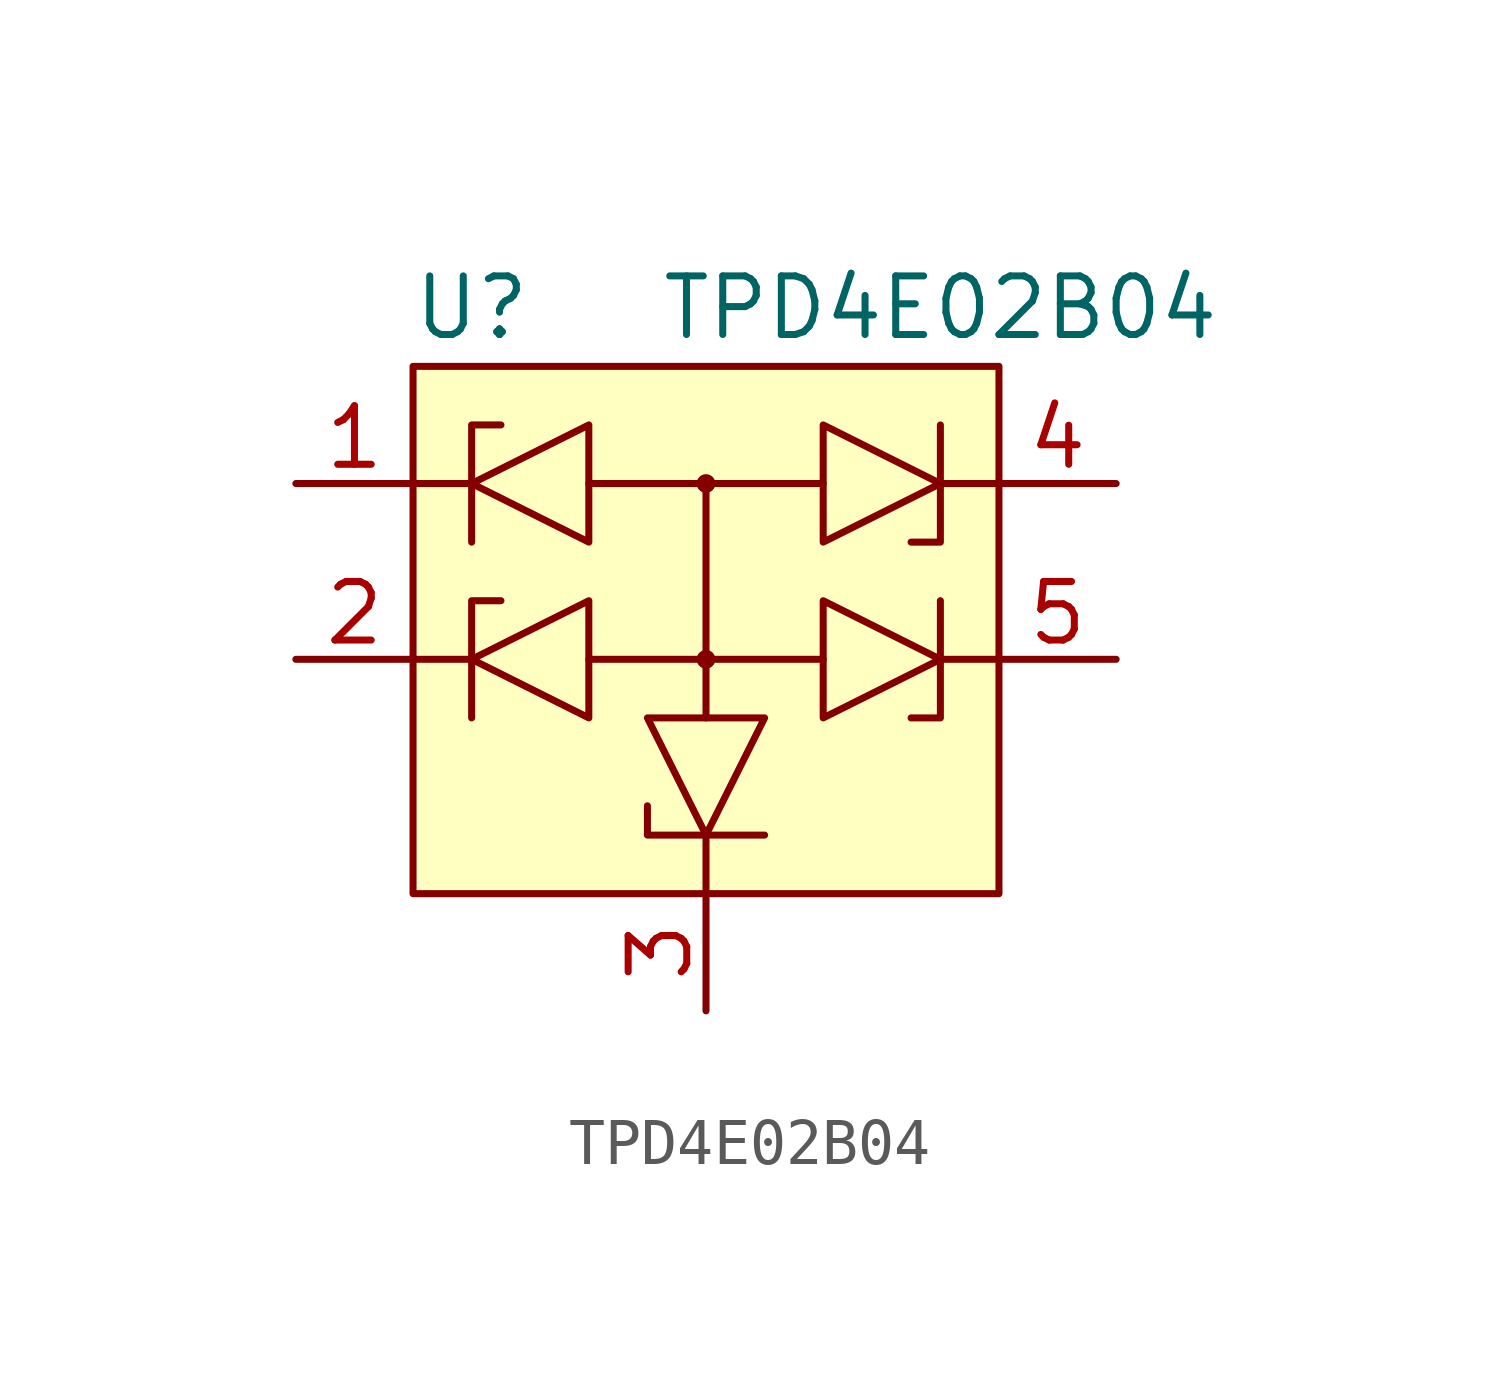
<source format=kicad_sym>
(kicad_symbol_lib
  (version 20220914)
  (generator kicad_symbol_editor)
  (symbol "TPD4E02B04"
    (pin_names hide)
    (property "Reference" "U"
      (at -5.08 6.35 0)
      (effects (font (size 1.27 1.27))))
    (property "Value" "TPD4E02B04"
      (at 5.08 6.35 0)
      (effects (font (size 1.27 1.27))))
    (symbol "TPD4E02B04_0_1"
      (circle (center 0 -1.27) (radius 0.127) (stroke (width 0) (type default)) (fill (type none)))
      (polyline (pts (xy -6.35 -1.27) (xy -5.08 -1.27)) (stroke (width 0) (type default)) (fill (type none)))
      (polyline (pts (xy -6.35 2.54) (xy -5.08 2.54)) (stroke (width 0) (type default)) (fill (type none)))
      (polyline (pts (xy 5.08 -1.27) (xy 6.35 -1.27)) (stroke (width 0) (type default)) (fill (type none)))
      (polyline (pts (xy 5.08 2.54) (xy 6.35 2.54)) (stroke (width 0) (type default)) (fill (type none)))
      (circle (center 0 2.54) (radius 0.127) (stroke (width 0) (type default)) (fill (type none))))
    (symbol "TPD4E02B04_1_1"
      (rectangle (start -6.35 5.08) (end 6.35 -6.35) (stroke (width 0) (type default)) (fill (type background)))
      (polyline (pts (xy -2.54 -1.27) (xy 2.54 -1.27)) (stroke (width 0) (type default)) (fill (type none)))
      (polyline (pts (xy -2.54 2.54) (xy 2.54 2.54)) (stroke (width 0) (type default)) (fill (type none)))
      (polyline (pts (xy 0 -5.08) (xy 0 -6.35)) (stroke (width 0) (type default)) (fill (type none)))
      (polyline (pts (xy 0 2.54) (xy 0 -2.54)) (stroke (width 0) (type default)) (fill (type none)))
      (polyline (pts (xy -5.08 -2.54) (xy -5.08 0) (xy -4.445 0)) (stroke (width 0) (type default)) (fill (type none)))
      (polyline (pts (xy -5.08 1.27) (xy -5.08 3.81) (xy -4.445 3.81)) (stroke (width 0) (type default)) (fill (type none)))
      (polyline (pts (xy 1.27 -5.08) (xy -1.27 -5.08) (xy -1.27 -4.445)) (stroke (width 0) (type default)) (fill (type none)))
      (polyline (pts (xy 5.08 0) (xy 5.08 -2.54) (xy 4.445 -2.54)) (stroke (width 0) (type default)) (fill (type none)))
      (polyline (pts (xy 5.08 3.81) (xy 5.08 1.27) (xy 4.445 1.27)) (stroke (width 0) (type default)) (fill (type none)))
      (polyline (pts (xy -2.54 -2.54) (xy -2.54 0) (xy -5.08 -1.27) (xy -2.54 -2.54)) (stroke (width 0) (type default)) (fill (type none)))
      (polyline (pts (xy -2.54 1.27) (xy -2.54 3.81) (xy -5.08 2.54) (xy -2.54 1.27)) (stroke (width 0) (type default)) (fill (type none)))
      (polyline (pts (xy 1.27 -2.54) (xy -1.27 -2.54) (xy 0 -5.08) (xy 1.27 -2.54)) (stroke (width 0) (type default)) (fill (type none)))
      (polyline (pts (xy 2.54 0) (xy 2.54 -2.54) (xy 5.08 -1.27) (xy 2.54 0)) (stroke (width 0) (type default)) (fill (type none)))
      (polyline (pts (xy 2.54 3.81) (xy 2.54 1.27) (xy 5.08 2.54) (xy 2.54 3.81)) (stroke (width 0) (type default)) (fill (type none)))
      (pin passive line (at -8.89 2.54 0) (length 2.54) (name "CH1" (effects (font (size 1.27 1.27)))) (number "1" (effects (font (size 1.27 1.27)))))
      (pin unspecified line (at -8.89 2.54 0) (length 2.54) hide (name "NC" (effects (font (size 1.27 1.27)))) (number "10" (effects (font (size 1.27 1.27)))))
      (pin passive line (at -8.89 -1.27 0) (length 2.54) (name "CH2" (effects (font (size 1.27 1.27)))) (number "2" (effects (font (size 1.27 1.27)))))
      (pin power_in line (at 0 -8.89 90) (length 2.54) (name "GND" (effects (font (size 1.27 1.27)))) (number "3" (effects (font (size 1.27 1.27)))))
      (pin passive line (at 8.89 2.54 180) (length 2.54) (name "CH3" (effects (font (size 1.27 1.27)))) (number "4" (effects (font (size 1.27 1.27)))))
      (pin passive line (at 8.89 -1.27 180) (length 2.54) (name "CH4" (effects (font (size 1.27 1.27)))) (number "5" (effects (font (size 1.27 1.27)))))
      (pin unspecified line (at 8.89 -1.27 180) (length 2.54) hide (name "NC" (effects (font (size 1.27 1.27)))) (number "6" (effects (font (size 1.27 1.27)))))
      (pin unspecified line (at 8.89 2.54 180) (length 2.54) hide (name "NC" (effects (font (size 1.27 1.27)))) (number "7" (effects (font (size 1.27 1.27)))))
      (pin power_in line (at 0 -8.89 90) (length 2.54) hide (name "GND" (effects (font (size 1.27 1.27)))) (number "8" (effects (font (size 1.27 1.27)))))
      (pin unspecified line (at -8.89 -1.27 0) (length 2.54) hide (name "NC" (effects (font (size 1.27 1.27)))) (number "9" (effects (font (size 1.27 1.27))))))))
</source>
